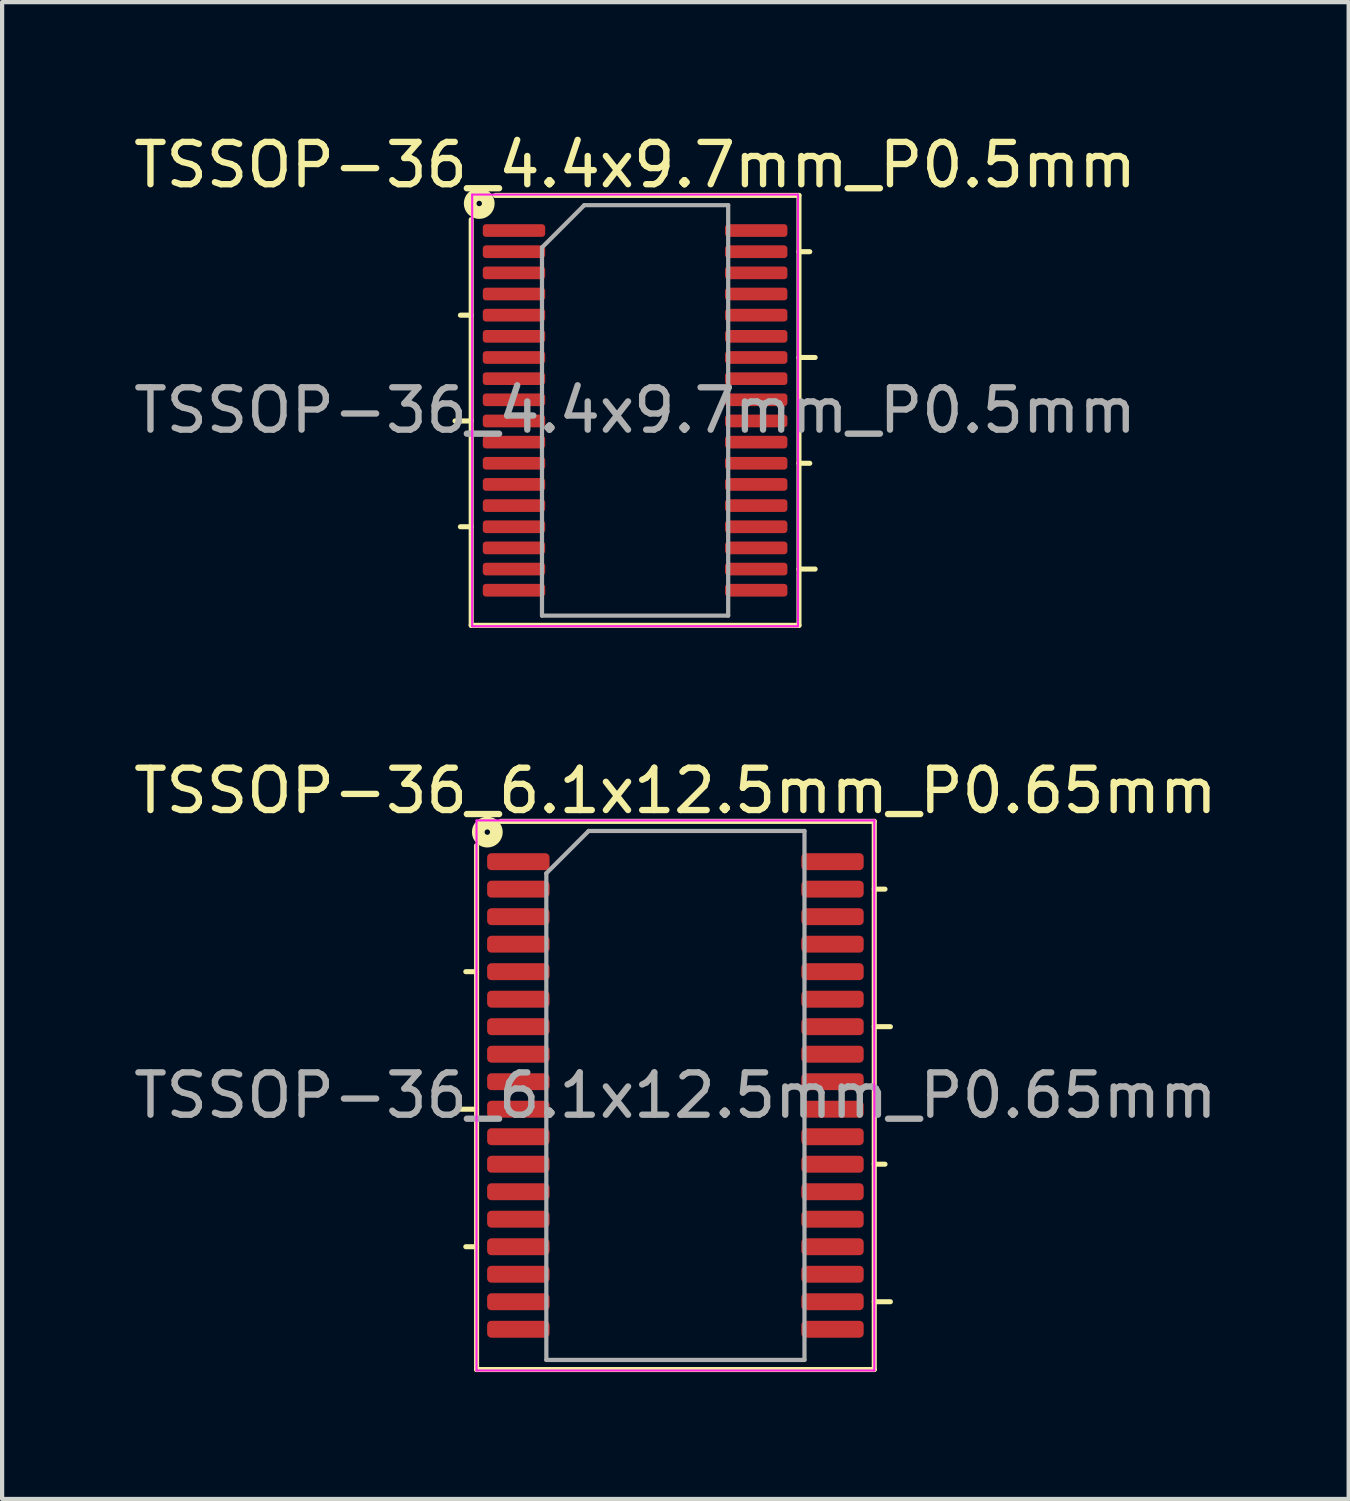
<source format=kicad_pcb>
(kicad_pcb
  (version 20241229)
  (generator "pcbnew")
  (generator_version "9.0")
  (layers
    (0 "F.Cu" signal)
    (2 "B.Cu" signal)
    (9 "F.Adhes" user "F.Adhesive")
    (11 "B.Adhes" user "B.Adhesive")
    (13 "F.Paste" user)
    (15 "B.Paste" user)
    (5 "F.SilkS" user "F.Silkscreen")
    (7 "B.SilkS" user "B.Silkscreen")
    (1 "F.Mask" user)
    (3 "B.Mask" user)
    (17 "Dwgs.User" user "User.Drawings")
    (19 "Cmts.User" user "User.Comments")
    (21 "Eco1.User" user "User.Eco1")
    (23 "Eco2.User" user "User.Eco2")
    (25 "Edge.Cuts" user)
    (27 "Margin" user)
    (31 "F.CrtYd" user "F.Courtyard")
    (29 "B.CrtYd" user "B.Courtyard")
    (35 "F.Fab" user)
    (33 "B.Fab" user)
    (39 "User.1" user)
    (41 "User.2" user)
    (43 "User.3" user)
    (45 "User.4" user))
  (footprint "TSSOP-36_4.4x9.7mm_P0.5mm"
    (layer "F.Cu")
    (at 11.958 6.648)
    (property "Reference" "TSSOP-36_4.4x9.7mm_P0.5mm" (at 0 -5.8 0) (layer "F.SilkS") (effects (font (size 1 1) (thickness 0.15))))
    (attr smd)
    (fp_line (start -4.128 2.75) (end -3.873 2.75) (stroke (width 0.12) (type solid)) (layer "F.SilkS"))
    (fp_line (start -3.873 -4.508) (end -3.873 5.08) (stroke (width 0.12) (type solid)) (layer "F.SilkS"))
    (fp_line (start -3.873 -2.25) (end -4.128 -2.25) (stroke (width 0.12) (type solid)) (layer "F.SilkS"))
    (fp_line (start -3.873 0.25) (end -4.255 0.25) (stroke (width 0.12) (type solid)) (layer "F.SilkS"))
    (fp_line (start -3.873 5.08) (end 3.873 5.08) (stroke (width 0.12) (type solid)) (layer "F.SilkS"))
    (fp_line (start 3.873 -5.08) (end -3.302 -5.08) (stroke (width 0.12) (type solid)) (layer "F.SilkS"))
    (fp_line (start 3.873 5.08) (end 3.873 -5.08) (stroke (width 0.12) (type solid)) (layer "F.SilkS"))
    (fp_line (start 4.128 -3.75) (end 3.873 -3.75) (stroke (width 0.12) (type solid)) (layer "F.SilkS"))
    (fp_line (start 4.128 1.25) (end 3.873 1.25) (stroke (width 0.12) (type solid)) (layer "F.SilkS"))
    (fp_line (start 4.255 -1.25) (end 3.873 -1.25) (stroke (width 0.12) (type solid)) (layer "F.SilkS"))
    (fp_line (start 4.255 3.75) (end 3.873 3.75) (stroke (width 0.12) (type solid)) (layer "F.SilkS"))
    (fp_circle (center -3.683 -4.889) (end -3.619 -4.889) (stroke (width 0.3) (type solid)) (fill no) (layer "F.SilkS"))
    (fp_line (start -3.85 -5.1) (end -3.85 5.1) (stroke (width 0.05) (type solid)) (layer "F.CrtYd"))
    (fp_line (start -3.85 5.1) (end 3.85 5.1) (stroke (width 0.05) (type solid)) (layer "F.CrtYd"))
    (fp_line (start 3.85 -5.1) (end -3.85 -5.1) (stroke (width 0.05) (type solid)) (layer "F.CrtYd"))
    (fp_line (start 3.85 5.1) (end 3.85 -5.1) (stroke (width 0.05) (type solid)) (layer "F.CrtYd"))
    (fp_line (start -2.2 -3.85) (end -1.2 -4.85) (stroke (width 0.1) (type solid)) (layer "F.Fab"))
    (fp_line (start -2.2 4.85) (end -2.2 -3.85) (stroke (width 0.1) (type solid)) (layer "F.Fab"))
    (fp_line (start -1.2 -4.85) (end 2.2 -4.85) (stroke (width 0.1) (type solid)) (layer "F.Fab"))
    (fp_line (start 2.2 -4.85) (end 2.2 4.85) (stroke (width 0.1) (type solid)) (layer "F.Fab"))
    (fp_line (start 2.2 4.85) (end -2.2 4.85) (stroke (width 0.1) (type solid)) (layer "F.Fab"))
    (fp_text user "${REFERENCE}" (at 0 0 0) (layer "F.Fab") (effects (font (size 1 1) (thickness 0.15))))
    (pad "1" smd roundrect (at -2.862 -4.25) (size 1.475 0.3) (layers "F.Cu" "F.Mask" "F.Paste") (roundrect_rratio 0.25))
    (pad "2" smd roundrect (at -2.862 -3.75) (size 1.475 0.3) (layers "F.Cu" "F.Mask" "F.Paste") (roundrect_rratio 0.25))
    (pad "3" smd roundrect (at -2.862 -3.25) (size 1.475 0.3) (layers "F.Cu" "F.Mask" "F.Paste") (roundrect_rratio 0.25))
    (pad "4" smd roundrect (at -2.862 -2.75) (size 1.475 0.3) (layers "F.Cu" "F.Mask" "F.Paste") (roundrect_rratio 0.25))
    (pad "5" smd roundrect (at -2.862 -2.25) (size 1.475 0.3) (layers "F.Cu" "F.Mask" "F.Paste") (roundrect_rratio 0.25))
    (pad "6" smd roundrect (at -2.862 -1.75) (size 1.475 0.3) (layers "F.Cu" "F.Mask" "F.Paste") (roundrect_rratio 0.25))
    (pad "7" smd roundrect (at -2.862 -1.25) (size 1.475 0.3) (layers "F.Cu" "F.Mask" "F.Paste") (roundrect_rratio 0.25))
    (pad "8" smd roundrect (at -2.862 -0.75) (size 1.475 0.3) (layers "F.Cu" "F.Mask" "F.Paste") (roundrect_rratio 0.25))
    (pad "9" smd roundrect (at -2.862 -0.25) (size 1.475 0.3) (layers "F.Cu" "F.Mask" "F.Paste") (roundrect_rratio 0.25))
    (pad "10" smd roundrect (at -2.862 0.25) (size 1.475 0.3) (layers "F.Cu" "F.Mask" "F.Paste") (roundrect_rratio 0.25))
    (pad "11" smd roundrect (at -2.862 0.75) (size 1.475 0.3) (layers "F.Cu" "F.Mask" "F.Paste") (roundrect_rratio 0.25))
    (pad "12" smd roundrect (at -2.862 1.25) (size 1.475 0.3) (layers "F.Cu" "F.Mask" "F.Paste") (roundrect_rratio 0.25))
    (pad "13" smd roundrect (at -2.862 1.75) (size 1.475 0.3) (layers "F.Cu" "F.Mask" "F.Paste") (roundrect_rratio 0.25))
    (pad "14" smd roundrect (at -2.862 2.25) (size 1.475 0.3) (layers "F.Cu" "F.Mask" "F.Paste") (roundrect_rratio 0.25))
    (pad "15" smd roundrect (at -2.862 2.75) (size 1.475 0.3) (layers "F.Cu" "F.Mask" "F.Paste") (roundrect_rratio 0.25))
    (pad "16" smd roundrect (at -2.862 3.25) (size 1.475 0.3) (layers "F.Cu" "F.Mask" "F.Paste") (roundrect_rratio 0.25))
    (pad "17" smd roundrect (at -2.862 3.75) (size 1.475 0.3) (layers "F.Cu" "F.Mask" "F.Paste") (roundrect_rratio 0.25))
    (pad "18" smd roundrect (at -2.862 4.25) (size 1.475 0.3) (layers "F.Cu" "F.Mask" "F.Paste") (roundrect_rratio 0.25))
    (pad "19" smd roundrect (at 2.862 4.25) (size 1.475 0.3) (layers "F.Cu" "F.Mask" "F.Paste") (roundrect_rratio 0.25))
    (pad "20" smd roundrect (at 2.862 3.75) (size 1.475 0.3) (layers "F.Cu" "F.Mask" "F.Paste") (roundrect_rratio 0.25))
    (pad "21" smd roundrect (at 2.862 3.25) (size 1.475 0.3) (layers "F.Cu" "F.Mask" "F.Paste") (roundrect_rratio 0.25))
    (pad "22" smd roundrect (at 2.862 2.75) (size 1.475 0.3) (layers "F.Cu" "F.Mask" "F.Paste") (roundrect_rratio 0.25))
    (pad "23" smd roundrect (at 2.862 2.25) (size 1.475 0.3) (layers "F.Cu" "F.Mask" "F.Paste") (roundrect_rratio 0.25))
    (pad "24" smd roundrect (at 2.862 1.75) (size 1.475 0.3) (layers "F.Cu" "F.Mask" "F.Paste") (roundrect_rratio 0.25))
    (pad "25" smd roundrect (at 2.862 1.25) (size 1.475 0.3) (layers "F.Cu" "F.Mask" "F.Paste") (roundrect_rratio 0.25))
    (pad "26" smd roundrect (at 2.862 0.75) (size 1.475 0.3) (layers "F.Cu" "F.Mask" "F.Paste") (roundrect_rratio 0.25))
    (pad "27" smd roundrect (at 2.862 0.25) (size 1.475 0.3) (layers "F.Cu" "F.Mask" "F.Paste") (roundrect_rratio 0.25))
    (pad "28" smd roundrect (at 2.862 -0.25) (size 1.475 0.3) (layers "F.Cu" "F.Mask" "F.Paste") (roundrect_rratio 0.25))
    (pad "29" smd roundrect (at 2.862 -0.75) (size 1.475 0.3) (layers "F.Cu" "F.Mask" "F.Paste") (roundrect_rratio 0.25))
    (pad "30" smd roundrect (at 2.862 -1.25) (size 1.475 0.3) (layers "F.Cu" "F.Mask" "F.Paste") (roundrect_rratio 0.25))
    (pad "31" smd roundrect (at 2.862 -1.75) (size 1.475 0.3) (layers "F.Cu" "F.Mask" "F.Paste") (roundrect_rratio 0.25))
    (pad "32" smd roundrect (at 2.862 -2.25) (size 1.475 0.3) (layers "F.Cu" "F.Mask" "F.Paste") (roundrect_rratio 0.25))
    (pad "33" smd roundrect (at 2.862 -2.75) (size 1.475 0.3) (layers "F.Cu" "F.Mask" "F.Paste") (roundrect_rratio 0.25))
    (pad "34" smd roundrect (at 2.862 -3.25) (size 1.475 0.3) (layers "F.Cu" "F.Mask" "F.Paste") (roundrect_rratio 0.25))
    (pad "35" smd roundrect (at 2.862 -3.75) (size 1.475 0.3) (layers "F.Cu" "F.Mask" "F.Paste") (roundrect_rratio 0.25))
    (pad "36" smd roundrect (at 2.862 -4.25) (size 1.475 0.3) (layers "F.Cu" "F.Mask" "F.Paste") (roundrect_rratio 0.25)))
  (footprint "TSSOP-36_6.1x12.5mm_P0.65mm"
    (layer "F.Cu")
    (at 12.911 22.837)
    (property "Reference" "TSSOP-36_6.1x12.5mm_P0.65mm" (at 0 -7.2 0) (layer "F.SilkS") (effects (font (size 1 1) (thickness 0.15))))
    (attr smd)
    (fp_line (start -4.699 -5.905) (end -4.699 6.477) (stroke (width 0.12) (type solid)) (layer "F.SilkS"))
    (fp_line (start -4.699 -2.925) (end -4.953 -2.925) (stroke (width 0.12) (type solid)) (layer "F.SilkS"))
    (fp_line (start -4.699 0.325) (end -5.08 0.325) (stroke (width 0.12) (type solid)) (layer "F.SilkS"))
    (fp_line (start -4.699 3.575) (end -4.953 3.575) (stroke (width 0.12) (type solid)) (layer "F.SilkS"))
    (fp_line (start -4.699 6.477) (end 4.699 6.477) (stroke (width 0.12) (type solid)) (layer "F.SilkS"))
    (fp_line (start 4.699 -6.477) (end -4.128 -6.477) (stroke (width 0.12) (type solid)) (layer "F.SilkS"))
    (fp_line (start 4.699 -4.875) (end 4.953 -4.875) (stroke (width 0.12) (type solid)) (layer "F.SilkS"))
    (fp_line (start 4.699 -1.625) (end 5.08 -1.625) (stroke (width 0.12) (type solid)) (layer "F.SilkS"))
    (fp_line (start 4.699 1.625) (end 4.953 1.625) (stroke (width 0.12) (type solid)) (layer "F.SilkS"))
    (fp_line (start 4.699 4.875) (end 5.08 4.875) (stroke (width 0.12) (type solid)) (layer "F.SilkS"))
    (fp_line (start 4.699 6.477) (end 4.699 -6.477) (stroke (width 0.12) (type solid)) (layer "F.SilkS"))
    (fp_circle (center -4.445 -6.223) (end -4.381 -6.223) (stroke (width 0.3) (type solid)) (fill no) (layer "F.SilkS"))
    (fp_line (start -4.7 -6.5) (end -4.7 6.5) (stroke (width 0.05) (type solid)) (layer "F.CrtYd"))
    (fp_line (start -4.7 6.5) (end 4.7 6.5) (stroke (width 0.05) (type solid)) (layer "F.CrtYd"))
    (fp_line (start 4.7 -6.5) (end -4.7 -6.5) (stroke (width 0.05) (type solid)) (layer "F.CrtYd"))
    (fp_line (start 4.7 6.5) (end 4.7 -6.5) (stroke (width 0.05) (type solid)) (layer "F.CrtYd"))
    (fp_line (start -3.05 -5.25) (end -2.05 -6.25) (stroke (width 0.1) (type solid)) (layer "F.Fab"))
    (fp_line (start -3.05 6.25) (end -3.05 -5.25) (stroke (width 0.1) (type solid)) (layer "F.Fab"))
    (fp_line (start -2.05 -6.25) (end 3.05 -6.25) (stroke (width 0.1) (type solid)) (layer "F.Fab"))
    (fp_line (start 3.05 -6.25) (end 3.05 6.25) (stroke (width 0.1) (type solid)) (layer "F.Fab"))
    (fp_line (start 3.05 6.25) (end -3.05 6.25) (stroke (width 0.1) (type solid)) (layer "F.Fab"))
    (fp_text user "${REFERENCE}" (at 0 0 0) (layer "F.Fab") (effects (font (size 1 1) (thickness 0.15))))
    (pad "1" smd roundrect (at -3.712 -5.525) (size 1.475 0.4) (layers "F.Cu" "F.Mask" "F.Paste") (roundrect_rratio 0.25))
    (pad "2" smd roundrect (at -3.712 -4.875) (size 1.475 0.4) (layers "F.Cu" "F.Mask" "F.Paste") (roundrect_rratio 0.25))
    (pad "3" smd roundrect (at -3.712 -4.225) (size 1.475 0.4) (layers "F.Cu" "F.Mask" "F.Paste") (roundrect_rratio 0.25))
    (pad "4" smd roundrect (at -3.712 -3.575) (size 1.475 0.4) (layers "F.Cu" "F.Mask" "F.Paste") (roundrect_rratio 0.25))
    (pad "5" smd roundrect (at -3.712 -2.925) (size 1.475 0.4) (layers "F.Cu" "F.Mask" "F.Paste") (roundrect_rratio 0.25))
    (pad "6" smd roundrect (at -3.712 -2.275) (size 1.475 0.4) (layers "F.Cu" "F.Mask" "F.Paste") (roundrect_rratio 0.25))
    (pad "7" smd roundrect (at -3.712 -1.625) (size 1.475 0.4) (layers "F.Cu" "F.Mask" "F.Paste") (roundrect_rratio 0.25))
    (pad "8" smd roundrect (at -3.712 -0.975) (size 1.475 0.4) (layers "F.Cu" "F.Mask" "F.Paste") (roundrect_rratio 0.25))
    (pad "9" smd roundrect (at -3.712 -0.325) (size 1.475 0.4) (layers "F.Cu" "F.Mask" "F.Paste") (roundrect_rratio 0.25))
    (pad "10" smd roundrect (at -3.712 0.325) (size 1.475 0.4) (layers "F.Cu" "F.Mask" "F.Paste") (roundrect_rratio 0.25))
    (pad "11" smd roundrect (at -3.712 0.975) (size 1.475 0.4) (layers "F.Cu" "F.Mask" "F.Paste") (roundrect_rratio 0.25))
    (pad "12" smd roundrect (at -3.712 1.625) (size 1.475 0.4) (layers "F.Cu" "F.Mask" "F.Paste") (roundrect_rratio 0.25))
    (pad "13" smd roundrect (at -3.712 2.275) (size 1.475 0.4) (layers "F.Cu" "F.Mask" "F.Paste") (roundrect_rratio 0.25))
    (pad "14" smd roundrect (at -3.712 2.925) (size 1.475 0.4) (layers "F.Cu" "F.Mask" "F.Paste") (roundrect_rratio 0.25))
    (pad "15" smd roundrect (at -3.712 3.575) (size 1.475 0.4) (layers "F.Cu" "F.Mask" "F.Paste") (roundrect_rratio 0.25))
    (pad "16" smd roundrect (at -3.712 4.225) (size 1.475 0.4) (layers "F.Cu" "F.Mask" "F.Paste") (roundrect_rratio 0.25))
    (pad "17" smd roundrect (at -3.712 4.875) (size 1.475 0.4) (layers "F.Cu" "F.Mask" "F.Paste") (roundrect_rratio 0.25))
    (pad "18" smd roundrect (at -3.712 5.525) (size 1.475 0.4) (layers "F.Cu" "F.Mask" "F.Paste") (roundrect_rratio 0.25))
    (pad "19" smd roundrect (at 3.712 5.525) (size 1.475 0.4) (layers "F.Cu" "F.Mask" "F.Paste") (roundrect_rratio 0.25))
    (pad "20" smd roundrect (at 3.712 4.875) (size 1.475 0.4) (layers "F.Cu" "F.Mask" "F.Paste") (roundrect_rratio 0.25))
    (pad "21" smd roundrect (at 3.712 4.225) (size 1.475 0.4) (layers "F.Cu" "F.Mask" "F.Paste") (roundrect_rratio 0.25))
    (pad "22" smd roundrect (at 3.712 3.575) (size 1.475 0.4) (layers "F.Cu" "F.Mask" "F.Paste") (roundrect_rratio 0.25))
    (pad "23" smd roundrect (at 3.712 2.925) (size 1.475 0.4) (layers "F.Cu" "F.Mask" "F.Paste") (roundrect_rratio 0.25))
    (pad "24" smd roundrect (at 3.712 2.275) (size 1.475 0.4) (layers "F.Cu" "F.Mask" "F.Paste") (roundrect_rratio 0.25))
    (pad "25" smd roundrect (at 3.712 1.625) (size 1.475 0.4) (layers "F.Cu" "F.Mask" "F.Paste") (roundrect_rratio 0.25))
    (pad "26" smd roundrect (at 3.712 0.975) (size 1.475 0.4) (layers "F.Cu" "F.Mask" "F.Paste") (roundrect_rratio 0.25))
    (pad "27" smd roundrect (at 3.712 0.325) (size 1.475 0.4) (layers "F.Cu" "F.Mask" "F.Paste") (roundrect_rratio 0.25))
    (pad "28" smd roundrect (at 3.712 -0.325) (size 1.475 0.4) (layers "F.Cu" "F.Mask" "F.Paste") (roundrect_rratio 0.25))
    (pad "29" smd roundrect (at 3.712 -0.975) (size 1.475 0.4) (layers "F.Cu" "F.Mask" "F.Paste") (roundrect_rratio 0.25))
    (pad "30" smd roundrect (at 3.712 -1.625) (size 1.475 0.4) (layers "F.Cu" "F.Mask" "F.Paste") (roundrect_rratio 0.25))
    (pad "31" smd roundrect (at 3.712 -2.275) (size 1.475 0.4) (layers "F.Cu" "F.Mask" "F.Paste") (roundrect_rratio 0.25))
    (pad "32" smd roundrect (at 3.712 -2.925) (size 1.475 0.4) (layers "F.Cu" "F.Mask" "F.Paste") (roundrect_rratio 0.25))
    (pad "33" smd roundrect (at 3.712 -3.575) (size 1.475 0.4) (layers "F.Cu" "F.Mask" "F.Paste") (roundrect_rratio 0.25))
    (pad "34" smd roundrect (at 3.712 -4.225) (size 1.475 0.4) (layers "F.Cu" "F.Mask" "F.Paste") (roundrect_rratio 0.25))
    (pad "35" smd roundrect (at 3.712 -4.875) (size 1.475 0.4) (layers "F.Cu" "F.Mask" "F.Paste") (roundrect_rratio 0.25))
    (pad "36" smd roundrect (at 3.712 -5.525) (size 1.475 0.4) (layers "F.Cu" "F.Mask" "F.Paste") (roundrect_rratio 0.25)))
  (gr_rect
    (start -3 -3)
    (end 28.821 32.373)
    (stroke (width 0.1) (type default))
    (fill no)
    (layer "Edge.Cuts")))
</source>
